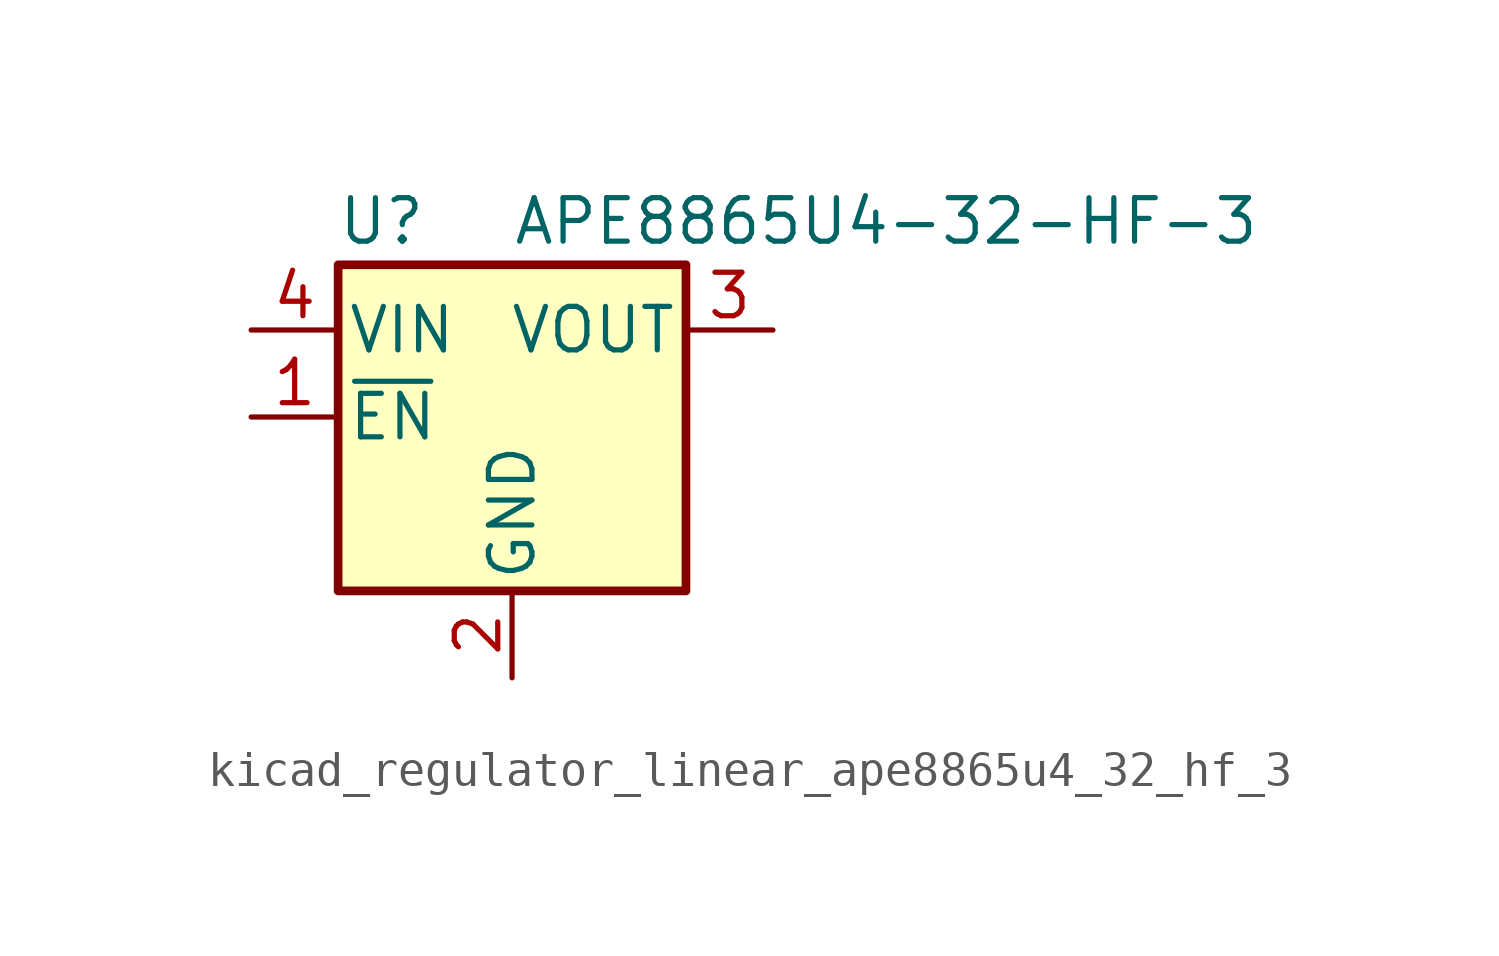
<source format=kicad_sym>
(kicad_symbol_lib
  (version 20220914)
  (generator kicad_symbol_editor)
  (symbol "kicad_regulator_linear_ape8865u4_32_hf_3"
    (pin_names
      (offset 0.254))
    (property "Reference" "U"
      (at -3.81 5.715 0)
      (effects (font (size 1.27 1.27))))
    (property "Value" "APE8865U4-32-HF-3"
      (at 0 5.715 0)
      (effects (font (size 1.27 1.27)) (justify left)))
    (symbol "kicad_regulator_linear_ape8865u4_32_hf_3_0_1"
      (rectangle (start -5.08 4.445) (end 5.08 -5.08) (stroke (width 0.254) (type default)) (fill (type background))))
    (symbol "kicad_regulator_linear_ape8865u4_32_hf_3_1_1"
      (pin input line (at -7.62 0 0) (length 2.54) (name "~{EN}" (effects (font (size 1.27 1.27)))) (number "1" (effects (font (size 1.27 1.27)))))
      (pin power_in line (at 0 -7.62 90) (length 2.54) (name "GND" (effects (font (size 1.27 1.27)))) (number "2" (effects (font (size 1.27 1.27)))))
      (pin power_out line (at 7.62 2.54 180) (length 2.54) (name "VOUT" (effects (font (size 1.27 1.27)))) (number "3" (effects (font (size 1.27 1.27)))))
      (pin power_in line (at -7.62 2.54 0) (length 2.54) (name "VIN" (effects (font (size 1.27 1.27)))) (number "4" (effects (font (size 1.27 1.27))))))))
</source>
